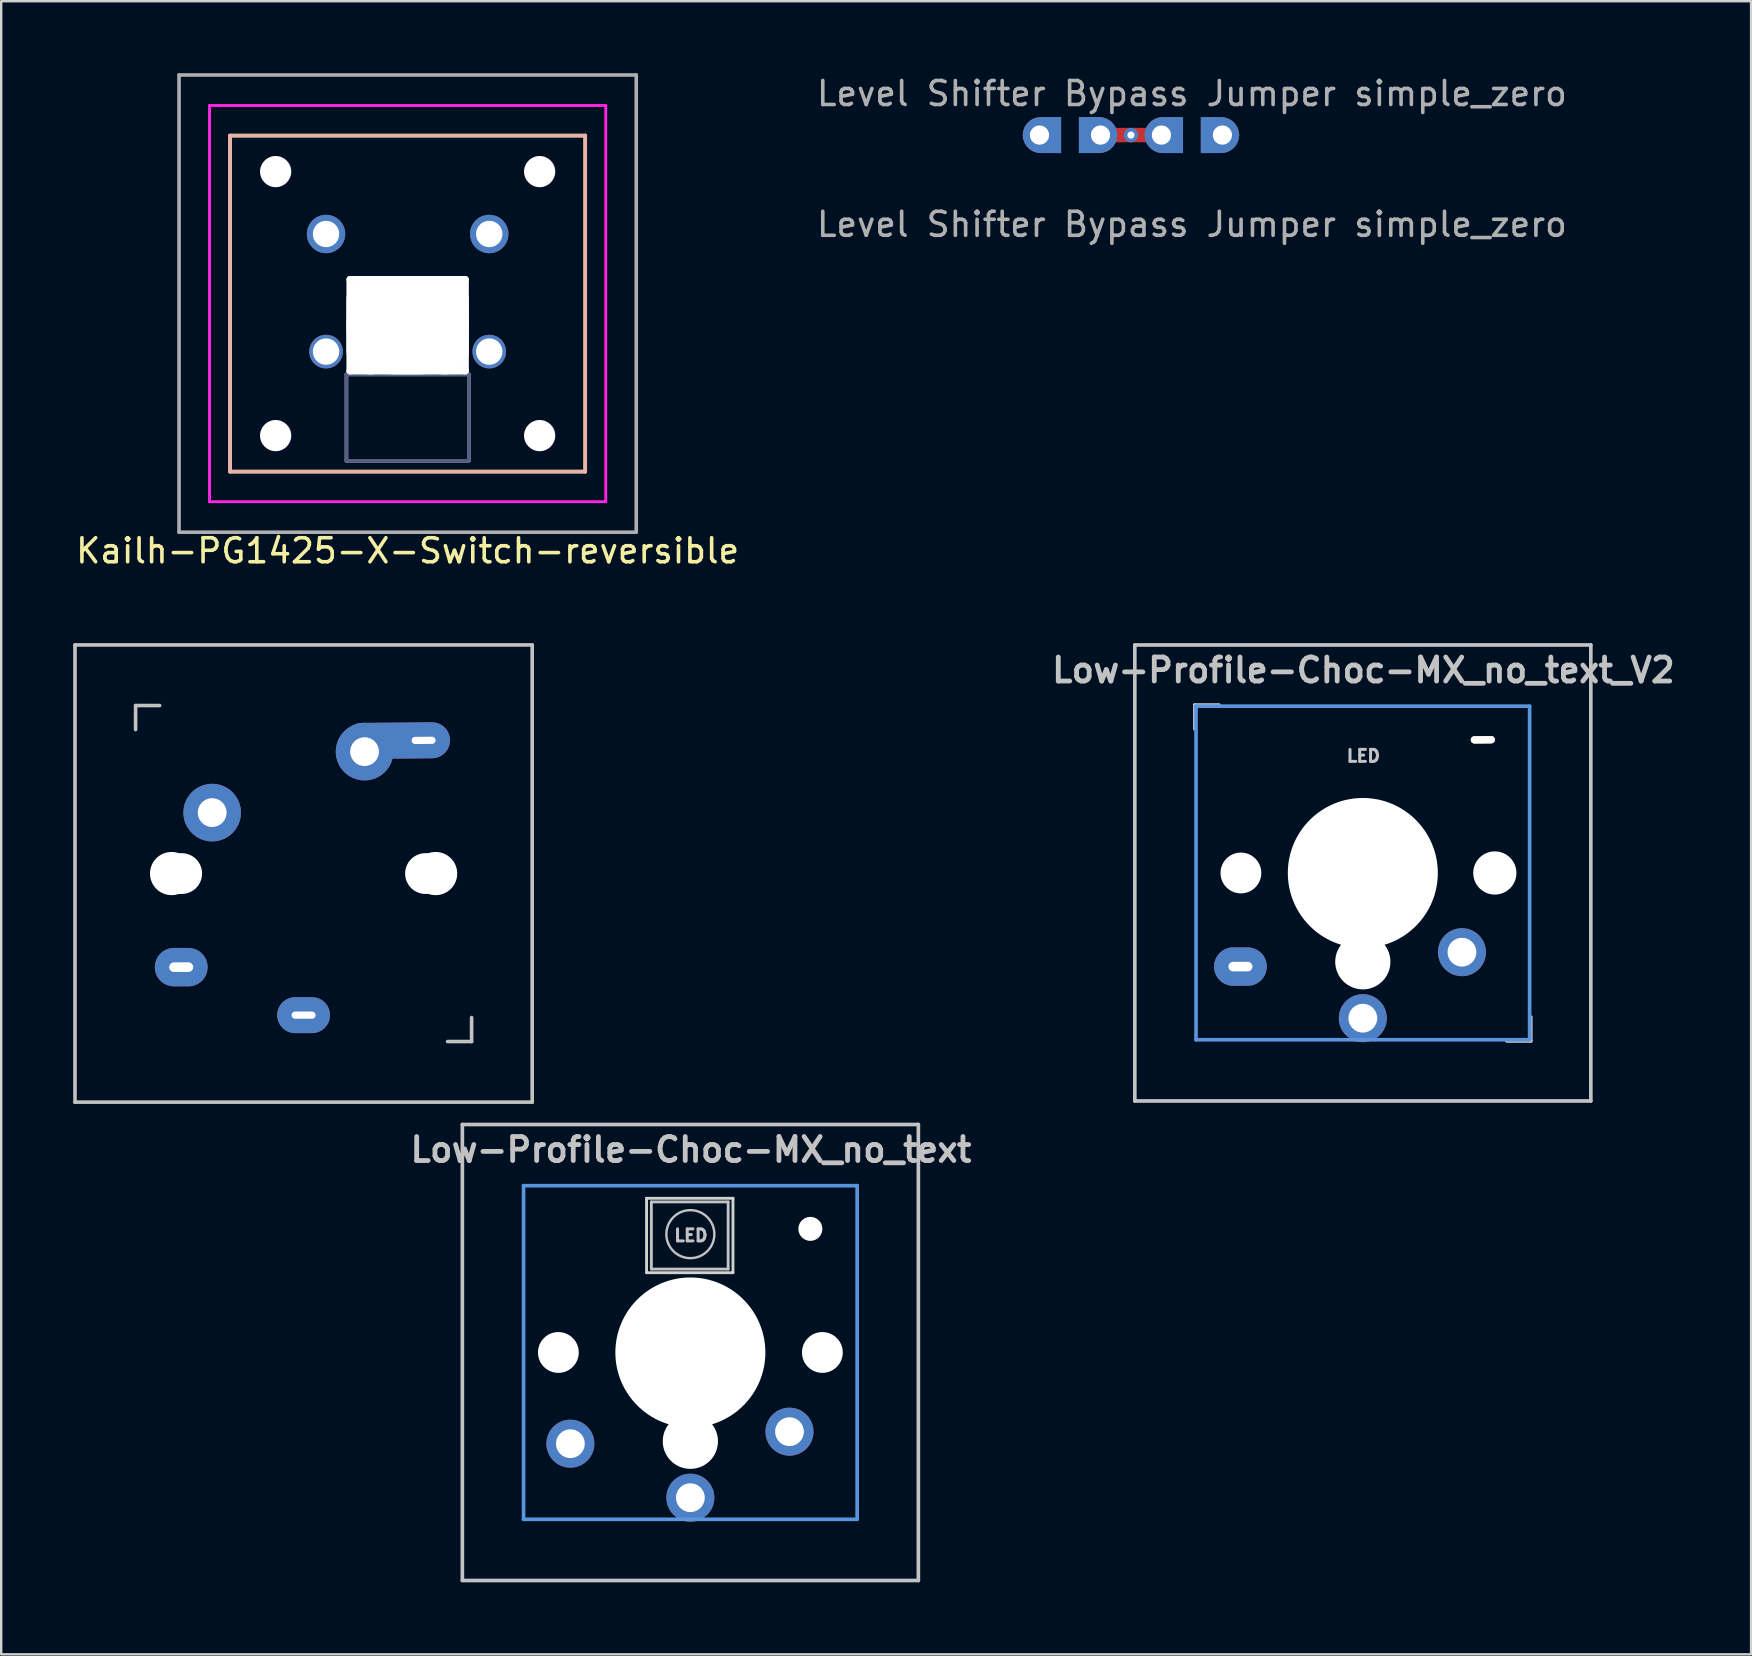
<source format=kicad_pcb>
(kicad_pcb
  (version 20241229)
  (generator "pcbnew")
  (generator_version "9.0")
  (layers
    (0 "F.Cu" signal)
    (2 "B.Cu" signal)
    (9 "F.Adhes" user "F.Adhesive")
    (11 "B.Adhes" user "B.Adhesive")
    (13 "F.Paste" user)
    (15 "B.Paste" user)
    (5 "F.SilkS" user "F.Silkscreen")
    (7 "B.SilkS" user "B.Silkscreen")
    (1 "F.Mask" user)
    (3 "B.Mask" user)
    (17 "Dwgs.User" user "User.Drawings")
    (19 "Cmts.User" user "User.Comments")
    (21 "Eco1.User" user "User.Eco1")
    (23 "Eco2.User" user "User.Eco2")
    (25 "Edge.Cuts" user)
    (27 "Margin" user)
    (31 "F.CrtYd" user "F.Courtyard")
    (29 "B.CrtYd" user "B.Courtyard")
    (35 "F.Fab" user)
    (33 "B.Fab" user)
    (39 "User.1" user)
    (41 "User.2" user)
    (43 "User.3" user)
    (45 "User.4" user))
  (footprint "Level Shifter Bypass Jumper simple_zero"
    (layer "F.Cu")
    (at 46.613 2.578)
    (property "Reference" "Level Shifter Bypass Jumper simple_zero" (at 0 -1.73 0) (layer "F.Fab") (effects (font (size 1 1) (thickness 0.15))))
    (attr through_hole exclude_from_pos_files exclude_from_bom)
    (fp_line (start -1.27 0) (end -3.81 0) (stroke (width 0.6) (type solid)) (layer "F.Cu"))
    (fp_text user "${REFERENCE}" (at 0 3.72 0) (unlocked yes) (layer "F.Fab") (effects (font (size 1 1) (thickness 0.15))))
    (pad "1" thru_hole roundrect (at 1.27 0) (size 1.6 1.5) (drill 0.8 (offset -0.1 0)) (layers "*.Cu" "*.Mask") (roundrect_rratio 0.5) (chamfer_ratio 0) (chamfer top_left bottom_left))
    (pad "2" thru_hole roundrect (at -3.81 0) (size 1.6 1.5) (drill 0.8 (offset -0.1 0)) (layers "*.Cu" "*.Mask") (roundrect_rratio 0.5) (chamfer_ratio 0) (chamfer top_left bottom_left))
    (pad "2" thru_hole circle (at -2.54 0) (size 0.6 0.6) (drill 0.3) (layers "*.Cu"))
    (pad "2" thru_hole roundrect (at -1.27 0) (size 1.6 1.5) (drill 0.8 (offset 0.1 0)) (layers "*.Cu" "*.Mask") (roundrect_rratio 0.5) (chamfer_ratio 0) (chamfer top_right bottom_right))
    (pad "3" thru_hole roundrect (at -6.35 0) (size 1.6 1.5) (drill 0.8 (offset 0.1 0)) (layers "*.Cu" "*.Mask") (roundrect_rratio 0.5) (chamfer_ratio 0) (chamfer top_right bottom_right)))
  (footprint "Low-Profile-Choc-MX_no_text"
    (layer "F.Cu")
    (at 25.715 53.303)
    (property "Reference" "Low-Profile-Choc-MX_no_text" (at 0.025 -8.45 180) (layer "Dwgs.User") (effects (font (size 1 1) (thickness 0.2))))
    (attr through_hole)
    (fp_line (start -25.64 -29.48) (end -6.59 -29.48) (stroke (width 0.15) (type solid)) (layer "Dwgs.User"))
    (fp_line (start -25.64 -10.43) (end -25.64 -29.48) (stroke (width 0.15) (type solid)) (layer "Dwgs.User"))
    (fp_line (start -23.115 -26.955) (end -22.115 -26.955) (stroke (width 0.15) (type solid)) (layer "Dwgs.User"))
    (fp_line (start -23.115 -25.955) (end -23.115 -26.955) (stroke (width 0.15) (type solid)) (layer "Dwgs.User"))
    (fp_line (start -10.115 -12.955) (end -9.115 -12.955) (stroke (width 0.15) (type solid)) (layer "Dwgs.User"))
    (fp_line (start -9.5 -9.5) (end 9.5 -9.5) (stroke (width 0.152) (type solid)) (layer "Dwgs.User"))
    (fp_line (start -9.5 9.5) (end -9.5 -9.5) (stroke (width 0.152) (type solid)) (layer "Dwgs.User"))
    (fp_line (start -9.115 -12.955) (end -9.115 -13.955) (stroke (width 0.15) (type solid)) (layer "Dwgs.User"))
    (fp_line (start -6.59 -29.48) (end -6.59 -10.43) (stroke (width 0.15) (type solid)) (layer "Dwgs.User"))
    (fp_line (start -6.59 -10.43) (end -25.64 -10.43) (stroke (width 0.15) (type solid)) (layer "Dwgs.User"))
    (fp_line (start -1.625 -6.275) (end -1.625 -3.475) (stroke (width 0.12) (type solid)) (layer "Dwgs.User"))
    (fp_line (start -1.625 -6.275) (end 1.575 -6.275) (stroke (width 0.12) (type solid)) (layer "Dwgs.User"))
    (fp_line (start -1.625 -3.475) (end 1.575 -3.475) (stroke (width 0.12) (type solid)) (layer "Dwgs.User"))
    (fp_line (start 1.575 -6.275) (end 1.575 -3.475) (stroke (width 0.12) (type solid)) (layer "Dwgs.User"))
    (fp_line (start 9.5 -9.5) (end 9.5 9.5) (stroke (width 0.152) (type solid)) (layer "Dwgs.User"))
    (fp_line (start 9.5 9.5) (end -9.5 9.5) (stroke (width 0.152) (type solid)) (layer "Dwgs.User"))
    (fp_circle (center 0 -4.93) (end 1 -4.93) (stroke (width 0.1) (type solid)) (fill no) (layer "Dwgs.User"))
    (fp_line (start -6.95 -6.95) (end 6.95 -6.95) (stroke (width 0.152) (type solid)) (layer "Cmts.User"))
    (fp_line (start -6.95 6.95) (end -6.95 -6.95) (stroke (width 0.152) (type solid)) (layer "Cmts.User"))
    (fp_line (start 6.95 -6.95) (end 6.95 6.95) (stroke (width 0.152) (type solid)) (layer "Cmts.User"))
    (fp_line (start 6.95 6.95) (end -6.95 6.95) (stroke (width 0.152) (type solid)) (layer "Cmts.User"))
    (fp_line (start -7.5 -7.5) (end 7.5 -7.5) (stroke (width 0.152) (type solid)) (layer "Eco2.User"))
    (fp_line (start -7.5 7.5) (end -7.5 -7.5) (stroke (width 0.152) (type solid)) (layer "Eco2.User"))
    (fp_line (start 7.5 -7.5) (end 7.5 7.5) (stroke (width 0.152) (type solid)) (layer "Eco2.User"))
    (fp_line (start 7.5 7.5) (end -7.5 7.5) (stroke (width 0.152) (type solid)) (layer "Eco2.User"))
    (fp_line (start -1.825 -6.425) (end -1.825 -3.325) (stroke (width 0.12) (type solid)) (layer "Edge.Cuts"))
    (fp_line (start -1.825 -3.325) (end 1.775 -3.325) (stroke (width 0.12) (type solid)) (layer "Edge.Cuts"))
    (fp_line (start 1.775 -6.425) (end -1.825 -6.425) (stroke (width 0.12) (type solid)) (layer "Edge.Cuts"))
    (fp_line (start 1.775 -3.325) (end 1.775 -6.425) (stroke (width 0.12) (type solid)) (layer "Edge.Cuts"))
    (fp_text user "LED" (at 0.025 -4.875 0) (unlocked yes) (layer "Dwgs.User") (effects (font (size 0.5 0.5) (thickness 0.125))))
    (pad "" np_thru_hole circle (at -21.615 -19.955 90) (size 1.8 1.8) (drill 1.8) (layers "*.Cu" "*.Mask"))
    (pad "" np_thru_hole circle (at -21.195 -19.955) (size 1.7 1.7) (drill 1.7) (layers "*.Cu" "*.Mask"))
    (pad "" np_thru_hole circle (at -11.035 -19.955) (size 1.7 1.7) (drill 1.7) (layers "*.Cu" "*.Mask"))
    (pad "" np_thru_hole circle (at -10.615 -19.955 90) (size 1.8 1.8) (drill 1.8) (layers "*.Cu" "*.Mask"))
    (pad "" np_thru_hole circle (at -5.5 0 41.9) (size 1.7 1.7) (drill 1.7) (layers "*.Cu" "*.Mask"))
    (pad "" np_thru_hole circle (at 0 0 180) (size 6.25 6.25) (drill 6.25) (layers "*.Cu" "*.Mask"))
    (pad "" np_thru_hole circle (at 0 3.7 180) (size 2.3 2.3) (drill 2.3) (layers "*.Cu" "*.Mask"))
    (pad "" np_thru_hole circle (at 5 -5.15) (size 1 1) (drill 1.2) (layers "*.Cu" "*.Mask"))
    (pad "" np_thru_hole circle (at 5.5 0 41.9) (size 1.7 1.7) (drill 1.7) (layers "*.Cu" "*.Mask"))
    (pad "1" thru_hole oval (at -16.115 -14.055) (size 2.2 1.5) (drill oval 1 0.3) (layers "*.Cu" "B.Mask"))
    (pad "1" thru_hole circle (at -13.575 -25.035) (size 2.4 2.4) (drill 1.2) (layers "*.Cu" "B.Mask"))
    (pad "1" thru_hole oval (at -11.115 -25.505 0.5) (size 4.4 1.5) (drill oval 1 0.3 (offset -1.1 0)) (layers "*.Cu" "B.Mask"))
    (pad "1" thru_hole circle (at 0 6.05 180) (size 2 2) (drill 1.2) (layers "*.Cu" "*.Mask"))
    (pad "2" thru_hole oval (at -21.215 -16.055) (size 2.2 1.6) (drill oval 1 0.4) (layers "*.Cu" "B.Mask"))
    (pad "2" thru_hole circle (at -19.925 -22.495) (size 2.4 2.4) (drill 1.2) (layers "*.Cu" "B.Mask"))
    (pad "2" thru_hole circle (at -5 3.8 41.9) (size 2 2) (drill 1.2) (layers "*.Cu" "*.Mask"))
    (pad "2" thru_hole circle (at 4.13 3.3 41.9) (size 2 2) (drill 1.2) (layers "*.Cu" "*.Mask")))
  (footprint "Kailh-PG1425-X-Switch-reversible"
    (layer "F.Cu")
    (at 17.335 6.7)
    (property "Reference" "Kailh-PG1425-X-Switch-reversible" (at -3.4 13.2 0) (layer "F.SilkS") (effects (font (size 1 1) (thickness 0.15))))
    (attr through_hole)
    (fp_line (start -10.8 -4.1) (end 4 -4.1) (stroke (width 0.15) (type solid)) (layer "F.SilkS"))
    (fp_line (start -10.8 9.9) (end -10.8 -4.1) (stroke (width 0.15) (type solid)) (layer "F.SilkS"))
    (fp_line (start 4 -4.1) (end 4 9.9) (stroke (width 0.15) (type solid)) (layer "F.SilkS"))
    (fp_line (start 4 9.9) (end -10.8 9.9) (stroke (width 0.15) (type solid)) (layer "F.SilkS"))
    (fp_line (start -10.8 -4.1) (end -10.8 9.9) (stroke (width 0.15) (type solid)) (layer "B.SilkS"))
    (fp_line (start -10.8 9.9) (end 4 9.9) (stroke (width 0.15) (type solid)) (layer "B.SilkS"))
    (fp_line (start 4 -4.1) (end -10.8 -4.1) (stroke (width 0.15) (type solid)) (layer "B.SilkS"))
    (fp_line (start 4 9.9) (end 4 -4.1) (stroke (width 0.15) (type solid)) (layer "B.SilkS"))
    (fp_line (start -11.655 -5.355) (end 4.855 -5.355) (stroke (width 0.12) (type solid)) (layer "F.CrtYd"))
    (fp_line (start -11.655 11.155) (end -11.655 -5.355) (stroke (width 0.12) (type solid)) (layer "F.CrtYd"))
    (fp_line (start 4.855 -5.355) (end 4.855 11.155) (stroke (width 0.12) (type solid)) (layer "F.CrtYd"))
    (fp_line (start 4.855 11.155) (end -11.655 11.155) (stroke (width 0.12) (type solid)) (layer "F.CrtYd"))
    (fp_line (start -5.95 5.85) (end -0.85 5.85) (stroke (width 0.15) (type solid)) (layer "B.Fab"))
    (fp_line (start -5.95 9.45) (end -5.95 5.85) (stroke (width 0.15) (type solid)) (layer "B.Fab"))
    (fp_line (start -0.85 5.85) (end -0.85 9.45) (stroke (width 0.15) (type solid)) (layer "B.Fab"))
    (fp_line (start -0.85 9.45) (end -5.95 9.45) (stroke (width 0.15) (type solid)) (layer "B.Fab"))
    (fp_line (start -12.925 -6.625) (end 6.125 -6.625) (stroke (width 0.15) (type solid)) (layer "F.Fab"))
    (fp_line (start -12.925 12.425) (end -12.925 -6.625) (stroke (width 0.15) (type solid)) (layer "F.Fab"))
    (fp_line (start -5.95 5.85) (end -5.95 9.45) (stroke (width 0.15) (type solid)) (layer "F.Fab"))
    (fp_line (start -5.95 9.45) (end -0.85 9.45) (stroke (width 0.15) (type solid)) (layer "F.Fab"))
    (fp_line (start -0.85 5.85) (end -5.95 5.85) (stroke (width 0.15) (type solid)) (layer "F.Fab"))
    (fp_line (start -0.85 9.45) (end -0.85 5.85) (stroke (width 0.15) (type solid)) (layer "F.Fab"))
    (fp_line (start 6.125 -6.625) (end 6.125 12.425) (stroke (width 0.15) (type solid)) (layer "F.Fab"))
    (fp_line (start 6.125 12.425) (end -12.925 12.425) (stroke (width 0.15) (type solid)) (layer "F.Fab"))
    (pad "" np_thru_hole circle (at -8.9 -2.6 180) (size 1.3 1.3) (drill 1.3) (layers "*.Cu" "*.Mask"))
    (pad "" np_thru_hole circle (at -8.9 8.4) (size 1.3 1.3) (drill 1.3) (layers "*.Cu" "*.Mask"))
    (pad "" np_thru_hole oval (at -5.8 3.8) (size 0.3 4.1) (drill oval 0.3 4.1) (layers "*.Cu" "*.Mask"))
    (pad "" np_thru_hole oval (at -4.95 3.8) (size 2 4.1) (drill oval 2 4.1) (layers "*.Cu" "*.Mask"))
    (pad "" np_thru_hole oval (at -3.4 1.9) (size 5.1 0.3) (drill oval 5.1 0.3) (layers "*.Cu" "*.Mask"))
    (pad "" np_thru_hole oval (at -3.4 3.8) (size 5.1 4.1) (drill oval 5.1 4.1) (layers "*.Cu" "*.Mask"))
    (pad "" np_thru_hole oval (at -3.4 5.7) (size 5.1 0.3) (drill oval 5.1 0.3) (layers "*.Cu" "*.Mask"))
    (pad "" np_thru_hole oval (at -1.85 3.8) (size 2 4.1) (drill oval 2 4.1) (layers "*.Cu" "*.Mask"))
    (pad "" np_thru_hole oval (at -1 3.8) (size 0.3 4.1) (drill oval 0.3 4.1) (layers "*.Cu" "*.Mask"))
    (pad "" np_thru_hole circle (at 2.1 8.4 180) (size 1.3 1.3) (drill 1.3) (layers "*.Cu" "*.Mask"))
    (pad "" np_thru_hole circle (at 2.1 -2.6) (size 1.3 1.3) (drill 1.3) (layers "*.Cu" "*.Mask"))
    (pad "1" thru_hole circle (at -6.8 -0.000164 180) (size 1.6 1.6) (drill 1.1) (layers "*.Cu" "*.Mask"))
    (pad "1" thru_hole circle (at 0 0) (size 1.6 1.6) (drill 1.1) (layers "*.Cu" "*.Mask"))
    (pad "2" thru_hole circle (at -6.8 4.9 180) (size 1.4 1.4) (drill 1.1) (layers "*.Cu" "*.Mask"))
    (pad "2" thru_hole circle (at 0 4.9) (size 1.4 1.4) (drill 1.1) (layers "*.Cu" "*.Mask")))
  (footprint "Low-Profile-Choc-MX_no_text_V2"
    (layer "F.Cu")
    (at 53.734 33.324)
    (property "Reference" "Low-Profile-Choc-MX_no_text_V2" (at 0.025 -8.45 180) (layer "Dwgs.User") (effects (font (size 1 1) (thickness 0.2))))
    (attr through_hole)
    (fp_line (start -9.5 -9.5) (end 9.5 -9.5) (stroke (width 0.152) (type solid)) (layer "Dwgs.User"))
    (fp_line (start -9.5 9.5) (end -9.5 -9.5) (stroke (width 0.152) (type solid)) (layer "Dwgs.User"))
    (fp_line (start -7 -7) (end -6 -7) (stroke (width 0.15) (type solid)) (layer "Dwgs.User"))
    (fp_line (start -7 -6) (end -7 -7) (stroke (width 0.15) (type solid)) (layer "Dwgs.User"))
    (fp_line (start 6 7) (end 7 7) (stroke (width 0.15) (type solid)) (layer "Dwgs.User"))
    (fp_line (start 7 7) (end 7 6) (stroke (width 0.15) (type solid)) (layer "Dwgs.User"))
    (fp_line (start 9.5 -9.5) (end 9.5 9.5) (stroke (width 0.152) (type solid)) (layer "Dwgs.User"))
    (fp_line (start 9.5 9.5) (end -9.5 9.5) (stroke (width 0.152) (type solid)) (layer "Dwgs.User"))
    (fp_line (start -6.95 -6.95) (end 6.95 -6.95) (stroke (width 0.152) (type solid)) (layer "Cmts.User"))
    (fp_line (start -6.95 6.95) (end -6.95 -6.95) (stroke (width 0.152) (type solid)) (layer "Cmts.User"))
    (fp_line (start 6.95 -6.95) (end 6.95 6.95) (stroke (width 0.152) (type solid)) (layer "Cmts.User"))
    (fp_line (start 6.95 6.95) (end -6.95 6.95) (stroke (width 0.152) (type solid)) (layer "Cmts.User"))
    (fp_line (start -7.5 -7.5) (end 7.5 -7.5) (stroke (width 0.152) (type solid)) (layer "Eco2.User"))
    (fp_line (start -7.5 7.5) (end -7.5 -7.5) (stroke (width 0.152) (type solid)) (layer "Eco2.User"))
    (fp_line (start 7.5 -7.5) (end 7.5 7.5) (stroke (width 0.152) (type solid)) (layer "Eco2.User"))
    (fp_line (start 7.5 7.5) (end -7.5 7.5) (stroke (width 0.152) (type solid)) (layer "Eco2.User"))
    (fp_line (start -1.825 -6.425) (end -1.825 -3.325) (stroke (width 0.12) (type solid)) (layer "User.1"))
    (fp_line (start -1.825 -3.325) (end 1.775 -3.325) (stroke (width 0.12) (type solid)) (layer "User.1"))
    (fp_line (start -1.625 -6.275) (end -1.625 -3.475) (stroke (width 0.12) (type solid)) (layer "User.1"))
    (fp_line (start -1.625 -6.275) (end 1.575 -6.275) (stroke (width 0.12) (type solid)) (layer "User.1"))
    (fp_line (start -1.625 -3.475) (end 1.575 -3.475) (stroke (width 0.12) (type solid)) (layer "User.1"))
    (fp_line (start 1.575 -6.275) (end 1.575 -3.475) (stroke (width 0.12) (type solid)) (layer "User.1"))
    (fp_line (start 1.775 -6.425) (end -1.825 -6.425) (stroke (width 0.12) (type solid)) (layer "User.1"))
    (fp_line (start 1.775 -3.325) (end 1.775 -6.425) (stroke (width 0.12) (type solid)) (layer "User.1"))
    (fp_circle (center 0 -4.93) (end 1 -4.93) (stroke (width 0.1) (type solid)) (fill no) (layer "User.1"))
    (fp_text user "LED" (at 0.025 -4.875 0) (unlocked yes) (layer "Dwgs.User") (effects (font (size 0.5 0.5) (thickness 0.125))))
    (pad "" np_thru_hole circle (at -5.08 0) (size 1.7 1.7) (drill 1.7) (layers "*.Cu" "*.Mask"))
    (pad "" np_thru_hole circle (at 0 0 180) (size 6.25 6.25) (drill 6.25) (layers "*.Cu" "*.Mask"))
    (pad "" np_thru_hole circle (at 0 3.7 180) (size 2.3 2.3) (drill 2.3) (layers "*.Cu" "*.Mask"))
    (pad "" np_thru_hole oval (at 5 -5.55 0.5) (size 1 0.3) (drill oval 1 0.3) (layers "*.Cu" "*.SilkS"))
    (pad "" np_thru_hole circle (at 5.5 0 90) (size 1.8 1.8) (drill 1.8) (layers "*.Cu" "*.Mask"))
    (pad "1" thru_hole circle (at 0 6.05 180) (size 2 2) (drill 1.2) (layers "*.Cu" "B.Mask"))
    (pad "2" thru_hole oval (at -5.1 3.9) (size 2.2 1.6) (drill oval 1 0.4) (layers "*.Cu" "B.Mask"))
    (pad "2" thru_hole circle (at 4.13 3.3 41.9) (size 2 2) (drill 1.2) (layers "*.Cu" "B.Mask")))
  (gr_rect
    (start -3 -3)
    (end 69.911 65.879)
    (stroke (width 0.1) (type default))
    (fill no)
    (layer "Edge.Cuts")))
</source>
